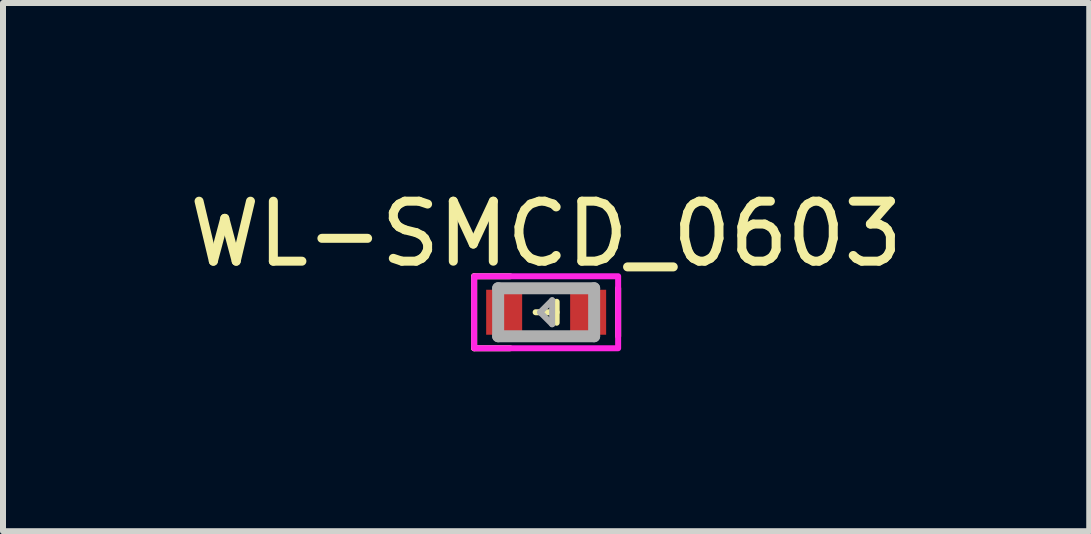
<source format=kicad_pcb>
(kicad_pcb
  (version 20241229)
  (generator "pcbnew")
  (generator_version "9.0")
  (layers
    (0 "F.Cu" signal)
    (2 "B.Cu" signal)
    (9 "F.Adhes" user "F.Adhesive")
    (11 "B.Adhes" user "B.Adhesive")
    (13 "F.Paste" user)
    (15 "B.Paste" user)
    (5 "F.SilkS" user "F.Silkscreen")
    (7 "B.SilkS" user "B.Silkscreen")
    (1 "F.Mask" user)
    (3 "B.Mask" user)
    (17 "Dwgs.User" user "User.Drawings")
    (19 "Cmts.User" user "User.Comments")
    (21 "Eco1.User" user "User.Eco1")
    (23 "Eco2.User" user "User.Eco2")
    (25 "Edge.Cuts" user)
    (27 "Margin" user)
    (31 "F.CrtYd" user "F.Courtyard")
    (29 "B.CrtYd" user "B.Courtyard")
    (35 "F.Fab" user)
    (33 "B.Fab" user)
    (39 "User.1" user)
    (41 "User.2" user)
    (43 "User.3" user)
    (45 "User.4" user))
  (footprint "WL-SMCD_0603"
    (layer "F.Cu")
    (at 6.054 2.155)
    (property "Reference" "WL-SMCD_0603" (at 0 -1.306 0) (layer "F.SilkS") (effects (font (size 1 1) (thickness 0.15))))
    (attr smd)
    (fp_line (start -1.2 -0.6) (end -1.2 0.6) (stroke (width 0.1) (type default)) (layer "F.SilkS"))
    (fp_line (start -1.2 0.6) (end -0.6 0.6) (stroke (width 0.1) (type default)) (layer "F.SilkS"))
    (fp_line (start -0.6 -0.6) (end -1.2 -0.6) (stroke (width 0.1) (type default)) (layer "F.SilkS"))
    (fp_line (start -0.175 0) (end 0.175 0) (stroke (width 0.1) (type default)) (layer "F.SilkS"))
    (fp_line (start 0.175 -0.175) (end 0.175 0.175) (stroke (width 0.1) (type default)) (layer "F.SilkS"))
    (fp_line (start 1.2 -0.4) (end 1.2 0.4) (stroke (width 0.1) (type default)) (layer "F.SilkS"))
    (fp_poly (pts (xy -1.2 -0.6) (xy 1.2 -0.6) (xy 1.2 0.6) (xy -1.2 0.6)) (stroke (width 0.1) (type solid)) (fill no) (layer "F.CrtYd"))
    (fp_line (start -0.8 -0.4) (end 0.8 -0.4) (stroke (width 0.2) (type solid)) (layer "F.Fab"))
    (fp_line (start -0.8 0.4) (end -0.8 -0.4) (stroke (width 0.2) (type solid)) (layer "F.Fab"))
    (fp_line (start -0.1 0) (end 0.1 -0.2) (stroke (width 0.1) (type solid)) (layer "F.Fab"))
    (fp_line (start 0.1 -0.2) (end 0.1 0.2) (stroke (width 0.1) (type solid)) (layer "F.Fab"))
    (fp_line (start 0.1 0.2) (end -0.1 0) (stroke (width 0.1) (type solid)) (layer "F.Fab"))
    (fp_line (start 0.8 -0.4) (end 0.8 0.4) (stroke (width 0.2) (type solid)) (layer "F.Fab"))
    (fp_line (start 0.8 0.4) (end -0.8 0.4) (stroke (width 0.2) (type solid)) (layer "F.Fab"))
    (pad "1" smd rect (at -0.7 0) (size 0.6 0.75) (layers "F.Cu" "F.Mask" "F.Paste"))
    (pad "2" smd rect (at 0.7 0) (size 0.6 0.75) (layers "F.Cu" "F.Mask" "F.Paste")))
  (gr_rect
    (start -3 -3)
    (end 15.107 5.805)
    (stroke (width 0.1) (type default))
    (fill no)
    (layer "Edge.Cuts")))
</source>
